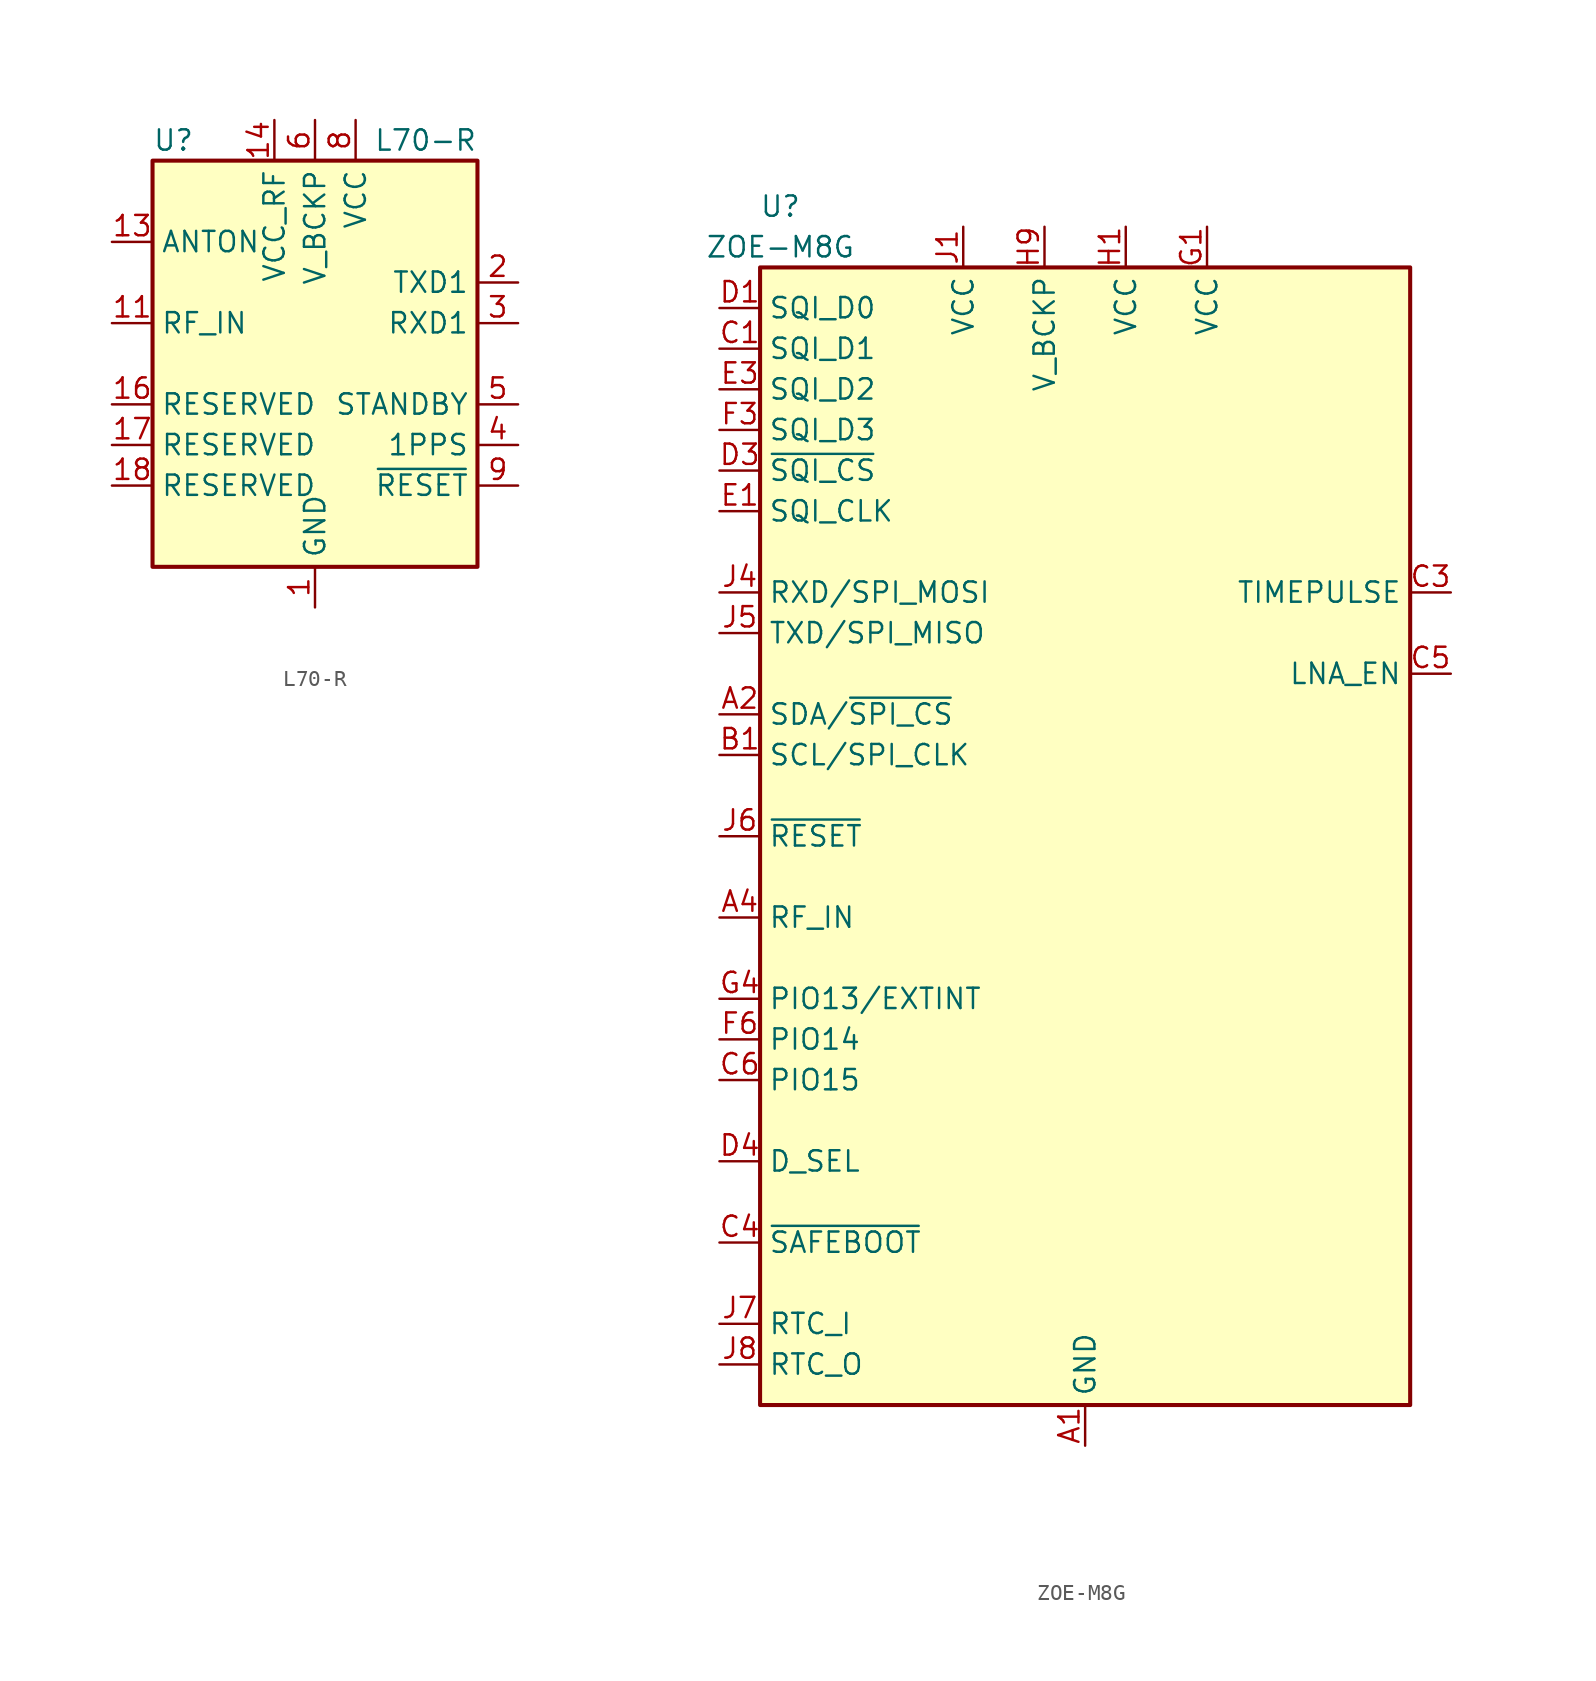
<source format=kicad_sym>
(kicad_symbol_lib
  (version 20241209)
  (generator "kicad_symbol_editor")
  (generator_version "9.0")
  (symbol "L70-R"
    (property "Reference" "U"
      (at -10.16 13.97 0)
      (effects (font (size 1.27 1.27)) (justify left)))
    (property "Value" "L70-R"
      (at 10.16 13.97 0)
      (effects (font (size 1.27 1.27)) (justify right)))
    (symbol "L70-R_0_1"
      (rectangle (start -10.16 12.7) (end 10.16 -12.7) (stroke (width 0.254) (type default)) (fill (type background))))
    (symbol "L70-R_1_1"
      (pin output line (at -12.7 7.62 0) (length 2.54) (name "ANTON" (effects (font (size 1.27 1.27)))) (number "13" (effects (font (size 1.27 1.27)))))
      (pin input line (at -12.7 2.54 0) (length 2.54) (name "RF_IN" (effects (font (size 1.27 1.27)))) (number "11" (effects (font (size 1.27 1.27)))))
      (pin passive line (at -12.7 -2.54 0) (length 2.54) (name "RESERVED" (effects (font (size 1.27 1.27)))) (number "16" (effects (font (size 1.27 1.27)))))
      (pin passive line (at -12.7 -5.08 0) (length 2.54) (name "RESERVED" (effects (font (size 1.27 1.27)))) (number "17" (effects (font (size 1.27 1.27)))))
      (pin passive line (at -12.7 -7.62 0) (length 2.54) (name "RESERVED" (effects (font (size 1.27 1.27)))) (number "18" (effects (font (size 1.27 1.27)))))
      (pin no_connect line (at -10.16 0 0) (length 2.54) (hide yes) (name "NC" (effects (font (size 1.27 1.27)))) (number "15" (effects (font (size 1.27 1.27)))))
      (pin power_out line (at -2.54 15.24 270) (length 2.54) (name "VCC_RF" (effects (font (size 1.27 1.27)))) (number "14" (effects (font (size 1.27 1.27)))))
      (pin power_in line (at 0 15.24 270) (length 2.54) (name "V_BCKP" (effects (font (size 1.27 1.27)))) (number "6" (effects (font (size 1.27 1.27)))))
      (pin power_in line (at 0 -15.24 90) (length 2.54) (name "GND" (effects (font (size 1.27 1.27)))) (number "1" (effects (font (size 1.27 1.27)))))
      (pin passive line (at 0 -15.24 90) (length 2.54) (hide yes) (name "GND" (effects (font (size 1.27 1.27)))) (number "10" (effects (font (size 1.27 1.27)))))
      (pin passive line (at 0 -15.24 90) (length 2.54) (hide yes) (name "GND" (effects (font (size 1.27 1.27)))) (number "12" (effects (font (size 1.27 1.27)))))
      (pin power_in line (at 2.54 15.24 270) (length 2.54) (name "VCC" (effects (font (size 1.27 1.27)))) (number "8" (effects (font (size 1.27 1.27)))))
      (pin no_connect line (at 10.16 0 180) (length 2.54) (hide yes) (name "NC" (effects (font (size 1.27 1.27)))) (number "7" (effects (font (size 1.27 1.27)))))
      (pin output line (at 12.7 5.08 180) (length 2.54) (name "TXD1" (effects (font (size 1.27 1.27)))) (number "2" (effects (font (size 1.27 1.27)))))
      (pin input line (at 12.7 2.54 180) (length 2.54) (name "RXD1" (effects (font (size 1.27 1.27)))) (number "3" (effects (font (size 1.27 1.27)))))
      (pin input line (at 12.7 -2.54 180) (length 2.54) (name "STANDBY" (effects (font (size 1.27 1.27)))) (number "5" (effects (font (size 1.27 1.27)))))
      (pin output line (at 12.7 -5.08 180) (length 2.54) (name "1PPS" (effects (font (size 1.27 1.27)))) (number "4" (effects (font (size 1.27 1.27)))))
      (pin input line (at 12.7 -7.62 180) (length 2.54) (name "~{RESET}" (effects (font (size 1.27 1.27)))) (number "9" (effects (font (size 1.27 1.27)))))))
  (symbol "ZOE-M8G"
    (property "Reference" "U"
      (at -19.05 39.37 0)
      (effects (font (size 1.27 1.27))))
    (property "Value" "ZOE-M8G"
      (at -19.05 36.83 0)
      (effects (font (size 1.27 1.27))))
    (symbol "ZOE-M8G_1_1"
      (rectangle (start -20.32 35.56) (end 20.32 -35.56) (stroke (width 0.254) (type default)) (fill (type background)))
      (pin bidirectional line (at -22.86 33.02 0) (length 2.54) (name "SQI_D0" (effects (font (size 1.27 1.27)))) (number "D1" (effects (font (size 1.27 1.27)))))
      (pin input line (at -22.86 30.48 0) (length 2.54) (name "SQI_D1" (effects (font (size 1.27 1.27)))) (number "C1" (effects (font (size 1.27 1.27)))))
      (pin bidirectional line (at -22.86 27.94 0) (length 2.54) (name "SQI_D2" (effects (font (size 1.27 1.27)))) (number "E3" (effects (font (size 1.27 1.27)))))
      (pin bidirectional line (at -22.86 25.4 0) (length 2.54) (name "SQI_D3" (effects (font (size 1.27 1.27)))) (number "F3" (effects (font (size 1.27 1.27)))))
      (pin bidirectional line (at -22.86 22.86 0) (length 2.54) (name "~{SQI_CS}" (effects (font (size 1.27 1.27)))) (number "D3" (effects (font (size 1.27 1.27)))))
      (pin bidirectional line (at -22.86 20.32 0) (length 2.54) (name "SQI_CLK" (effects (font (size 1.27 1.27)))) (number "E1" (effects (font (size 1.27 1.27)))))
      (pin input line (at -22.86 15.24 0) (length 2.54) (name "RXD/SPI_MOSI" (effects (font (size 1.27 1.27)))) (number "J4" (effects (font (size 1.27 1.27)))))
      (pin output line (at -22.86 12.7 0) (length 2.54) (name "TXD/SPI_MISO" (effects (font (size 1.27 1.27)))) (number "J5" (effects (font (size 1.27 1.27)))))
      (pin bidirectional line (at -22.86 7.62 0) (length 2.54) (name "SDA/~{SPI_CS}" (effects (font (size 1.27 1.27)))) (number "A2" (effects (font (size 1.27 1.27)))))
      (pin input line (at -22.86 5.08 0) (length 2.54) (name "SCL/SPI_CLK" (effects (font (size 1.27 1.27)))) (number "B1" (effects (font (size 1.27 1.27)))))
      (pin input line (at -22.86 0 0) (length 2.54) (name "~{RESET}" (effects (font (size 1.27 1.27)))) (number "J6" (effects (font (size 1.27 1.27)))))
      (pin input line (at -22.86 -5.08 0) (length 2.54) (name "RF_IN" (effects (font (size 1.27 1.27)))) (number "A4" (effects (font (size 1.27 1.27)))))
      (pin input line (at -22.86 -10.16 0) (length 2.54) (name "PIO13/EXTINT" (effects (font (size 1.27 1.27)))) (number "G4" (effects (font (size 1.27 1.27)))))
      (pin bidirectional line (at -22.86 -12.7 0) (length 2.54) (name "PIO14" (effects (font (size 1.27 1.27)))) (number "F6" (effects (font (size 1.27 1.27)))))
      (pin bidirectional line (at -22.86 -15.24 0) (length 2.54) (name "PIO15" (effects (font (size 1.27 1.27)))) (number "C6" (effects (font (size 1.27 1.27)))))
      (pin input line (at -22.86 -20.32 0) (length 2.54) (name "D_SEL" (effects (font (size 1.27 1.27)))) (number "D4" (effects (font (size 1.27 1.27)))))
      (pin input line (at -22.86 -25.4 0) (length 2.54) (name "~{SAFEBOOT}" (effects (font (size 1.27 1.27)))) (number "C4" (effects (font (size 1.27 1.27)))))
      (pin input line (at -22.86 -30.48 0) (length 2.54) (name "RTC_I" (effects (font (size 1.27 1.27)))) (number "J7" (effects (font (size 1.27 1.27)))))
      (pin output line (at -22.86 -33.02 0) (length 2.54) (name "RTC_O" (effects (font (size 1.27 1.27)))) (number "J8" (effects (font (size 1.27 1.27)))))
      (pin power_in line (at -7.62 38.1 270) (length 2.54) (name "VCC" (effects (font (size 1.27 1.27)))) (number "J1" (effects (font (size 1.27 1.27)))))
      (pin passive line (at -7.62 38.1 270) (length 2.54) (hide yes) (name "VCC" (effects (font (size 1.27 1.27)))) (number "J2" (effects (font (size 1.27 1.27)))))
      (pin power_in line (at -2.54 38.1 270) (length 2.54) (name "V_BCKP" (effects (font (size 1.27 1.27)))) (number "H9" (effects (font (size 1.27 1.27)))))
      (pin power_in line (at 0 -38.1 90) (length 2.54) (name "GND" (effects (font (size 1.27 1.27)))) (number "A1" (effects (font (size 1.27 1.27)))))
      (pin passive line (at 0 -38.1 90) (length 2.54) (hide yes) (name "GND" (effects (font (size 1.27 1.27)))) (number "A3" (effects (font (size 1.27 1.27)))))
      (pin passive line (at 0 -38.1 90) (length 2.54) (hide yes) (name "GND" (effects (font (size 1.27 1.27)))) (number "A5" (effects (font (size 1.27 1.27)))))
      (pin passive line (at 0 -38.1 90) (length 2.54) (hide yes) (name "GND" (effects (font (size 1.27 1.27)))) (number "A7" (effects (font (size 1.27 1.27)))))
      (pin passive line (at 0 -38.1 90) (length 2.54) (hide yes) (name "GND" (effects (font (size 1.27 1.27)))) (number "A8" (effects (font (size 1.27 1.27)))))
      (pin passive line (at 0 -38.1 90) (length 2.54) (hide yes) (name "GND" (effects (font (size 1.27 1.27)))) (number "A9" (effects (font (size 1.27 1.27)))))
      (pin passive line (at 0 -38.1 90) (length 2.54) (hide yes) (name "GND" (effects (font (size 1.27 1.27)))) (number "B9" (effects (font (size 1.27 1.27)))))
      (pin passive line (at 0 -38.1 90) (length 2.54) (hide yes) (name "GND" (effects (font (size 1.27 1.27)))) (number "C7" (effects (font (size 1.27 1.27)))))
      (pin passive line (at 0 -38.1 90) (length 2.54) (hide yes) (name "GND" (effects (font (size 1.27 1.27)))) (number "C9" (effects (font (size 1.27 1.27)))))
      (pin passive line (at 0 -38.1 90) (length 2.54) (hide yes) (name "GND" (effects (font (size 1.27 1.27)))) (number "D6" (effects (font (size 1.27 1.27)))))
      (pin passive line (at 0 -38.1 90) (length 2.54) (hide yes) (name "GND" (effects (font (size 1.27 1.27)))) (number "D9" (effects (font (size 1.27 1.27)))))
      (pin passive line (at 0 -38.1 90) (length 2.54) (hide yes) (name "GND" (effects (font (size 1.27 1.27)))) (number "E7" (effects (font (size 1.27 1.27)))))
      (pin passive line (at 0 -38.1 90) (length 2.54) (hide yes) (name "GND" (effects (font (size 1.27 1.27)))) (number "F7" (effects (font (size 1.27 1.27)))))
      (pin passive line (at 0 -38.1 90) (length 2.54) (hide yes) (name "GND" (effects (font (size 1.27 1.27)))) (number "G3" (effects (font (size 1.27 1.27)))))
      (pin passive line (at 0 -38.1 90) (length 2.54) (hide yes) (name "GND" (effects (font (size 1.27 1.27)))) (number "G6" (effects (font (size 1.27 1.27)))))
      (pin passive line (at 0 -38.1 90) (length 2.54) (hide yes) (name "GND" (effects (font (size 1.27 1.27)))) (number "G7" (effects (font (size 1.27 1.27)))))
      (pin passive line (at 0 -38.1 90) (length 2.54) (hide yes) (name "GND" (effects (font (size 1.27 1.27)))) (number "J3" (effects (font (size 1.27 1.27)))))
      (pin passive line (at 0 -38.1 90) (length 2.54) (hide yes) (name "GND" (effects (font (size 1.27 1.27)))) (number "J9" (effects (font (size 1.27 1.27)))))
      (pin power_in line (at 2.54 38.1 270) (length 2.54) (name "VCC" (effects (font (size 1.27 1.27)))) (number "H1" (effects (font (size 1.27 1.27)))))
      (pin power_in line (at 7.62 38.1 270) (length 2.54) (name "VCC" (effects (font (size 1.27 1.27)))) (number "G1" (effects (font (size 1.27 1.27)))))
      (pin no_connect line (at 20.32 0 180) (length 2.54) (hide yes) (name "Reserved" (effects (font (size 1.27 1.27)))) (number "A6" (effects (font (size 1.27 1.27)))))
      (pin no_connect line (at 20.32 -5.08 180) (length 2.54) (hide yes) (name "Reserved" (effects (font (size 1.27 1.27)))) (number "E9" (effects (font (size 1.27 1.27)))))
      (pin no_connect line (at 20.32 -10.16 180) (length 2.54) (hide yes) (name "Reserved" (effects (font (size 1.27 1.27)))) (number "F1" (effects (font (size 1.27 1.27)))))
      (pin no_connect line (at 20.32 -15.24 180) (length 2.54) (hide yes) (name "Reserved" (effects (font (size 1.27 1.27)))) (number "F4" (effects (font (size 1.27 1.27)))))
      (pin no_connect line (at 20.32 -20.32 180) (length 2.54) (hide yes) (name "Reserved" (effects (font (size 1.27 1.27)))) (number "F9" (effects (font (size 1.27 1.27)))))
      (pin no_connect line (at 20.32 -25.4 180) (length 2.54) (hide yes) (name "Reserved" (effects (font (size 1.27 1.27)))) (number "G5" (effects (font (size 1.27 1.27)))))
      (pin no_connect line (at 20.32 -30.48 180) (length 2.54) (hide yes) (name "Reserved" (effects (font (size 1.27 1.27)))) (number "G9" (effects (font (size 1.27 1.27)))))
      (pin output line (at 22.86 15.24 180) (length 2.54) (name "TIMEPULSE" (effects (font (size 1.27 1.27)))) (number "C3" (effects (font (size 1.27 1.27)))))
      (pin output line (at 22.86 10.16 180) (length 2.54) (name "LNA_EN" (effects (font (size 1.27 1.27)))) (number "C5" (effects (font (size 1.27 1.27))))))))
</source>
